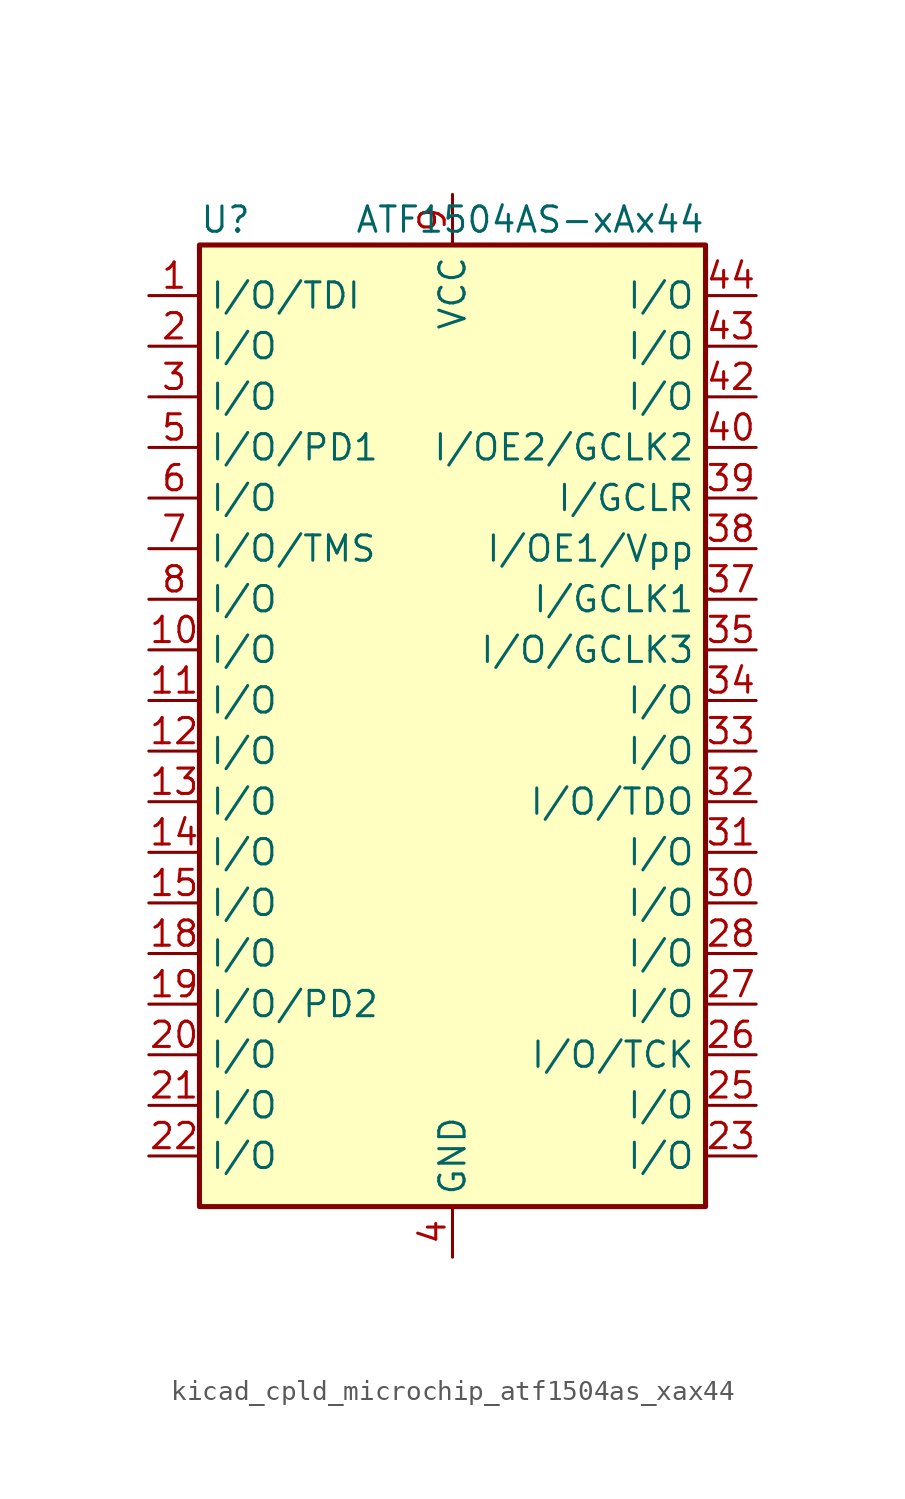
<source format=kicad_sym>
(kicad_symbol_lib
  (version 20220914)
  (generator kicad_symbol_editor)
  (symbol "kicad_cpld_microchip_atf1504as_xax44"
    (property "Reference" "U"
      (at -12.7 24.13 0)
      (effects (font (size 1.27 1.27)) (justify left)))
    (property "Value" "ATF1504AS-xAx44"
      (at 12.7 24.13 0)
      (effects (font (size 1.27 1.27)) (justify right)))
    (symbol "kicad_cpld_microchip_atf1504as_xax44_0_1"
      (rectangle (start -12.7 22.86) (end 12.7 -25.4) (stroke (width 0.254) (type default)) (fill (type background))))
    (symbol "kicad_cpld_microchip_atf1504as_xax44_1_1"
      (pin bidirectional line (at -15.24 20.32 0) (length 2.54) (name "I/O/TDI" (effects (font (size 1.27 1.27)))) (number "1" (effects (font (size 1.27 1.27)))))
      (pin bidirectional line (at -15.24 2.54 0) (length 2.54) (name "I/O" (effects (font (size 1.27 1.27)))) (number "10" (effects (font (size 1.27 1.27)))))
      (pin bidirectional line (at -15.24 0 0) (length 2.54) (name "I/O" (effects (font (size 1.27 1.27)))) (number "11" (effects (font (size 1.27 1.27)))))
      (pin bidirectional line (at -15.24 -2.54 0) (length 2.54) (name "I/O" (effects (font (size 1.27 1.27)))) (number "12" (effects (font (size 1.27 1.27)))))
      (pin bidirectional line (at -15.24 -5.08 0) (length 2.54) (name "I/O" (effects (font (size 1.27 1.27)))) (number "13" (effects (font (size 1.27 1.27)))))
      (pin bidirectional line (at -15.24 -7.62 0) (length 2.54) (name "I/O" (effects (font (size 1.27 1.27)))) (number "14" (effects (font (size 1.27 1.27)))))
      (pin bidirectional line (at -15.24 -10.16 0) (length 2.54) (name "I/O" (effects (font (size 1.27 1.27)))) (number "15" (effects (font (size 1.27 1.27)))))
      (pin passive line (at 0 -27.94 90) (length 2.54) hide (name "GND" (effects (font (size 1.27 1.27)))) (number "16" (effects (font (size 1.27 1.27)))))
      (pin passive line (at 0 25.4 270) (length 2.54) hide (name "VCC" (effects (font (size 1.27 1.27)))) (number "17" (effects (font (size 1.27 1.27)))))
      (pin bidirectional line (at -15.24 -12.7 0) (length 2.54) (name "I/O" (effects (font (size 1.27 1.27)))) (number "18" (effects (font (size 1.27 1.27)))))
      (pin bidirectional line (at -15.24 -15.24 0) (length 2.54) (name "I/O/PD2" (effects (font (size 1.27 1.27)))) (number "19" (effects (font (size 1.27 1.27)))))
      (pin bidirectional line (at -15.24 17.78 0) (length 2.54) (name "I/O" (effects (font (size 1.27 1.27)))) (number "2" (effects (font (size 1.27 1.27)))))
      (pin bidirectional line (at -15.24 -17.78 0) (length 2.54) (name "I/O" (effects (font (size 1.27 1.27)))) (number "20" (effects (font (size 1.27 1.27)))))
      (pin bidirectional line (at -15.24 -20.32 0) (length 2.54) (name "I/O" (effects (font (size 1.27 1.27)))) (number "21" (effects (font (size 1.27 1.27)))))
      (pin bidirectional line (at -15.24 -22.86 0) (length 2.54) (name "I/O" (effects (font (size 1.27 1.27)))) (number "22" (effects (font (size 1.27 1.27)))))
      (pin bidirectional line (at 15.24 -22.86 180) (length 2.54) (name "I/O" (effects (font (size 1.27 1.27)))) (number "23" (effects (font (size 1.27 1.27)))))
      (pin passive line (at 0 -27.94 90) (length 2.54) hide (name "GND" (effects (font (size 1.27 1.27)))) (number "24" (effects (font (size 1.27 1.27)))))
      (pin bidirectional line (at 15.24 -20.32 180) (length 2.54) (name "I/O" (effects (font (size 1.27 1.27)))) (number "25" (effects (font (size 1.27 1.27)))))
      (pin bidirectional line (at 15.24 -17.78 180) (length 2.54) (name "I/O/TCK" (effects (font (size 1.27 1.27)))) (number "26" (effects (font (size 1.27 1.27)))))
      (pin bidirectional line (at 15.24 -15.24 180) (length 2.54) (name "I/O" (effects (font (size 1.27 1.27)))) (number "27" (effects (font (size 1.27 1.27)))))
      (pin bidirectional line (at 15.24 -12.7 180) (length 2.54) (name "I/O" (effects (font (size 1.27 1.27)))) (number "28" (effects (font (size 1.27 1.27)))))
      (pin passive line (at 0 25.4 270) (length 2.54) hide (name "VCC" (effects (font (size 1.27 1.27)))) (number "29" (effects (font (size 1.27 1.27)))))
      (pin bidirectional line (at -15.24 15.24 0) (length 2.54) (name "I/O" (effects (font (size 1.27 1.27)))) (number "3" (effects (font (size 1.27 1.27)))))
      (pin bidirectional line (at 15.24 -10.16 180) (length 2.54) (name "I/O" (effects (font (size 1.27 1.27)))) (number "30" (effects (font (size 1.27 1.27)))))
      (pin bidirectional line (at 15.24 -7.62 180) (length 2.54) (name "I/O" (effects (font (size 1.27 1.27)))) (number "31" (effects (font (size 1.27 1.27)))))
      (pin bidirectional line (at 15.24 -5.08 180) (length 2.54) (name "I/O/TDO" (effects (font (size 1.27 1.27)))) (number "32" (effects (font (size 1.27 1.27)))))
      (pin bidirectional line (at 15.24 -2.54 180) (length 2.54) (name "I/O" (effects (font (size 1.27 1.27)))) (number "33" (effects (font (size 1.27 1.27)))))
      (pin bidirectional line (at 15.24 0 180) (length 2.54) (name "I/O" (effects (font (size 1.27 1.27)))) (number "34" (effects (font (size 1.27 1.27)))))
      (pin bidirectional line (at 15.24 2.54 180) (length 2.54) (name "I/O/GCLK3" (effects (font (size 1.27 1.27)))) (number "35" (effects (font (size 1.27 1.27)))))
      (pin passive line (at 0 -27.94 90) (length 2.54) hide (name "GND" (effects (font (size 1.27 1.27)))) (number "36" (effects (font (size 1.27 1.27)))))
      (pin input line (at 15.24 5.08 180) (length 2.54) (name "I/GCLK1" (effects (font (size 1.27 1.27)))) (number "37" (effects (font (size 1.27 1.27)))))
      (pin input line (at 15.24 7.62 180) (length 2.54) (name "I/OE1/Vpp" (effects (font (size 1.27 1.27)))) (number "38" (effects (font (size 1.27 1.27)))))
      (pin input line (at 15.24 10.16 180) (length 2.54) (name "I/GCLR" (effects (font (size 1.27 1.27)))) (number "39" (effects (font (size 1.27 1.27)))))
      (pin power_in line (at 0 -27.94 90) (length 2.54) (name "GND" (effects (font (size 1.27 1.27)))) (number "4" (effects (font (size 1.27 1.27)))))
      (pin input line (at 15.24 12.7 180) (length 2.54) (name "I/OE2/GCLK2" (effects (font (size 1.27 1.27)))) (number "40" (effects (font (size 1.27 1.27)))))
      (pin passive line (at 0 25.4 270) (length 2.54) hide (name "VCC" (effects (font (size 1.27 1.27)))) (number "41" (effects (font (size 1.27 1.27)))))
      (pin bidirectional line (at 15.24 15.24 180) (length 2.54) (name "I/O" (effects (font (size 1.27 1.27)))) (number "42" (effects (font (size 1.27 1.27)))))
      (pin bidirectional line (at 15.24 17.78 180) (length 2.54) (name "I/O" (effects (font (size 1.27 1.27)))) (number "43" (effects (font (size 1.27 1.27)))))
      (pin bidirectional line (at 15.24 20.32 180) (length 2.54) (name "I/O" (effects (font (size 1.27 1.27)))) (number "44" (effects (font (size 1.27 1.27)))))
      (pin bidirectional line (at -15.24 12.7 0) (length 2.54) (name "I/O/PD1" (effects (font (size 1.27 1.27)))) (number "5" (effects (font (size 1.27 1.27)))))
      (pin bidirectional line (at -15.24 10.16 0) (length 2.54) (name "I/O" (effects (font (size 1.27 1.27)))) (number "6" (effects (font (size 1.27 1.27)))))
      (pin bidirectional line (at -15.24 7.62 0) (length 2.54) (name "I/O/TMS" (effects (font (size 1.27 1.27)))) (number "7" (effects (font (size 1.27 1.27)))))
      (pin bidirectional line (at -15.24 5.08 0) (length 2.54) (name "I/O" (effects (font (size 1.27 1.27)))) (number "8" (effects (font (size 1.27 1.27)))))
      (pin power_in line (at 0 25.4 270) (length 2.54) (name "VCC" (effects (font (size 1.27 1.27)))) (number "9" (effects (font (size 1.27 1.27))))))))
</source>
